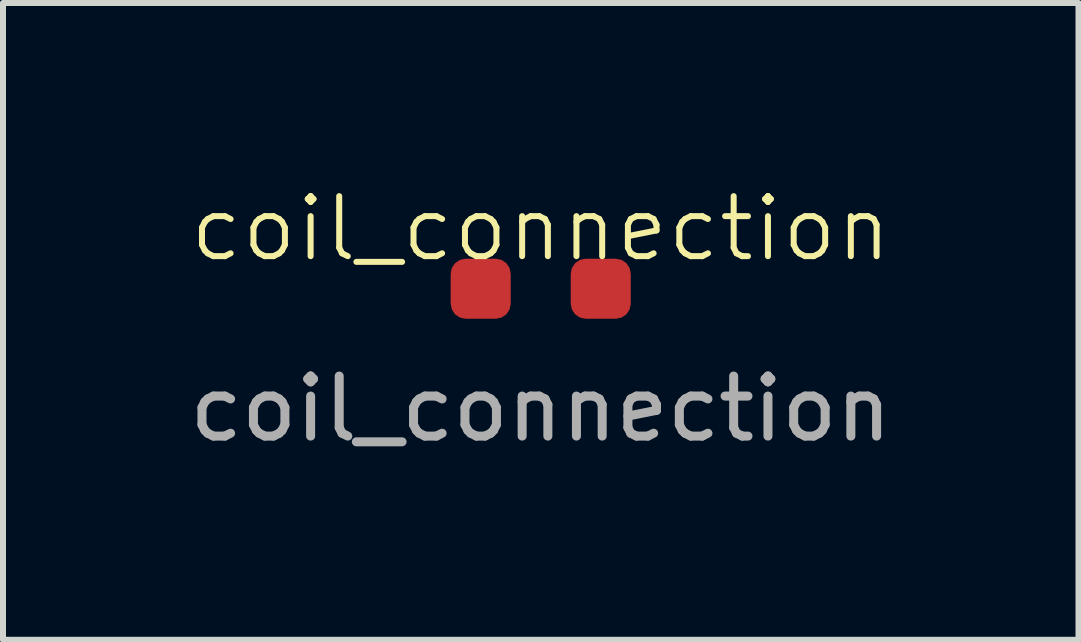
<source format=kicad_pcb>
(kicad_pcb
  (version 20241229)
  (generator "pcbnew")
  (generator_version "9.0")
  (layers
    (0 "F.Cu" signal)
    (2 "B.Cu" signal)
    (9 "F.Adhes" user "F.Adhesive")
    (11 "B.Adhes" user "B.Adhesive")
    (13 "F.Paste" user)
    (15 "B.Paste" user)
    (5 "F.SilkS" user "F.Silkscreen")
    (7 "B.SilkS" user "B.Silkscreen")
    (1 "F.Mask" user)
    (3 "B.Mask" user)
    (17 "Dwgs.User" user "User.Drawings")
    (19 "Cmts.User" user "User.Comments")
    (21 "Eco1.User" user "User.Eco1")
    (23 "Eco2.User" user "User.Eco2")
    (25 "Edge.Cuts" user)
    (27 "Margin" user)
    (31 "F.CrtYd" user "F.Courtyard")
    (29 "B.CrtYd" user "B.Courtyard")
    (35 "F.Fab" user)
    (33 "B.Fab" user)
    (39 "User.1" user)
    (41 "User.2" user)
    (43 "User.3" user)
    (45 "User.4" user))
  (footprint "coil_connection"
    (layer "F.Cu")
    (at 5.958 1.26)
    (property "Reference" "coil_connection" (at 0 -0.5 0) (unlocked yes) (layer "F.SilkS") (effects (font (size 1 1) (thickness 0.1))))
    (attr smd)
    (fp_text user "${REFERENCE}" (at 0 2.5 0) (unlocked yes) (layer "F.Fab") (effects (font (size 1 1) (thickness 0.15))))
    (pad "1" smd roundrect (at 1 0.5) (size 1 1) (layers "F.Cu" "F.Mask" "F.Paste") (roundrect_rratio 0.25))
    (pad "2" smd roundrect (at -1 0.5) (size 1 1) (layers "F.Cu" "F.Mask" "F.Paste") (roundrect_rratio 0.25)))
  (gr_rect
    (start -3 -3)
    (end 14.917 7.609)
    (stroke (width 0.1) (type default))
    (fill no)
    (layer "Edge.Cuts")))
</source>
